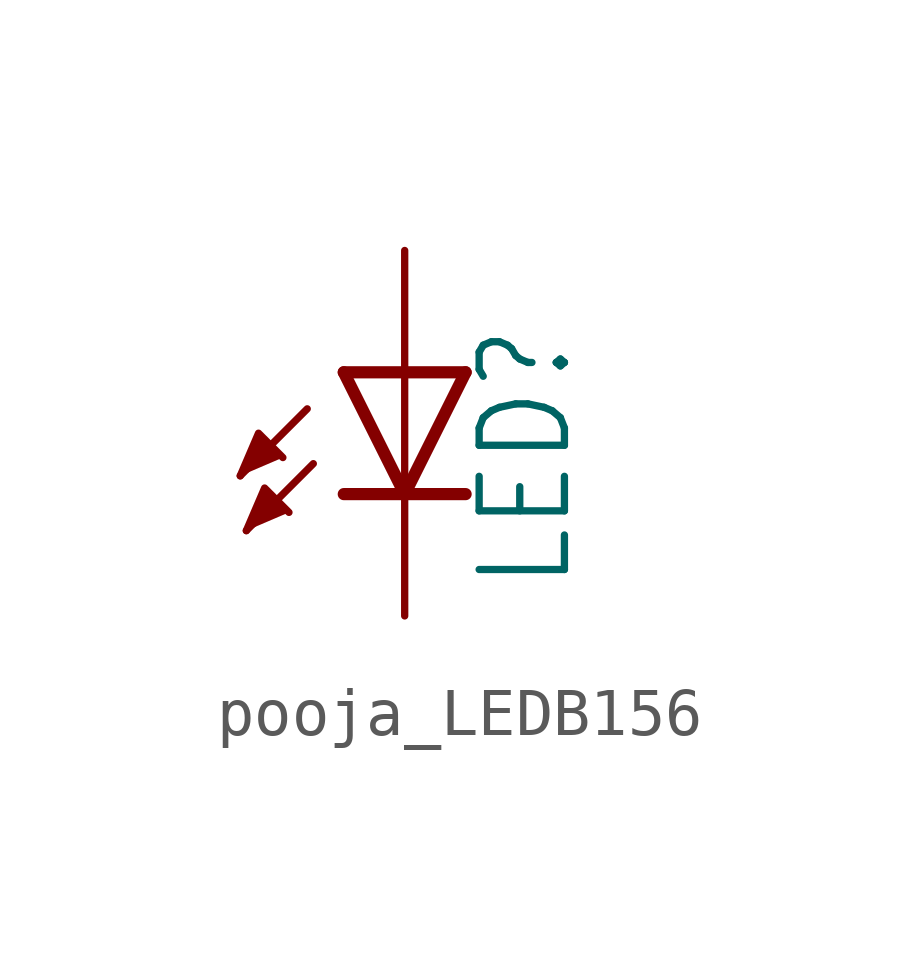
<source format=kicad_sym>
(kicad_symbol_lib
  (version 20220914)
  (generator kicad_symbol_editor)
  (symbol "pooja_LEDB156"
    (property "Reference" "LED"
      (at 3.556 -4.572 90)
      (effects (font (size 1.778 1.511)) (justify left bottom)))
    (property "Value" ""
      (at 5.715 -4.572 90)
      (effects (font (size 1.778 1.511)) (justify left bottom)))
    (property "ki_locked" ""
      (at 0 0 0)
      (effects (font (size 1.27 1.27))))
    (symbol "pooja_LEDB156_1_0"
      (polyline (pts (xy -2.032 -0.762) (xy -3.429 -2.159)) (stroke (width 0.152) (type solid)) (fill (type none)))
      (polyline (pts (xy -1.905 -1.905) (xy -3.302 -3.302)) (stroke (width 0.152) (type solid)) (fill (type none)))
      (polyline (pts (xy 0 -2.54) (xy -1.27 -2.54)) (stroke (width 0.254) (type solid)) (fill (type none)))
      (polyline (pts (xy 0 -2.54) (xy -1.27 0)) (stroke (width 0.254) (type solid)) (fill (type none)))
      (polyline (pts (xy 0 0) (xy -1.27 0)) (stroke (width 0.254) (type solid)) (fill (type none)))
      (polyline (pts (xy 0 0) (xy 0 -2.54)) (stroke (width 0.152) (type solid)) (fill (type none)))
      (polyline (pts (xy 1.27 -2.54) (xy 0 -2.54)) (stroke (width 0.254) (type solid)) (fill (type none)))
      (polyline (pts (xy 1.27 0) (xy 0 -2.54)) (stroke (width 0.254) (type solid)) (fill (type none)))
      (polyline (pts (xy 1.27 0) (xy 0 0)) (stroke (width 0.254) (type solid)) (fill (type none)))
      (polyline (pts (xy -3.429 -2.159) (xy -3.048 -1.27) (xy -2.54 -1.778)) (stroke (width 0.152) (type solid)) (fill (type outline)))
      (polyline (pts (xy -3.302 -3.302) (xy -2.921 -2.413) (xy -2.413 -2.921)) (stroke (width 0.152) (type solid)) (fill (type outline)))
      (pin passive line (at 0 2.54 270) (length 2.54) (name "A" (effects (font (size 0 0)))) (number "A" (effects (font (size 0 0)))))
      (pin passive line (at 0 -5.08 90) (length 2.54) (name "C" (effects (font (size 0 0)))) (number "K" (effects (font (size 0 0))))))))
</source>
